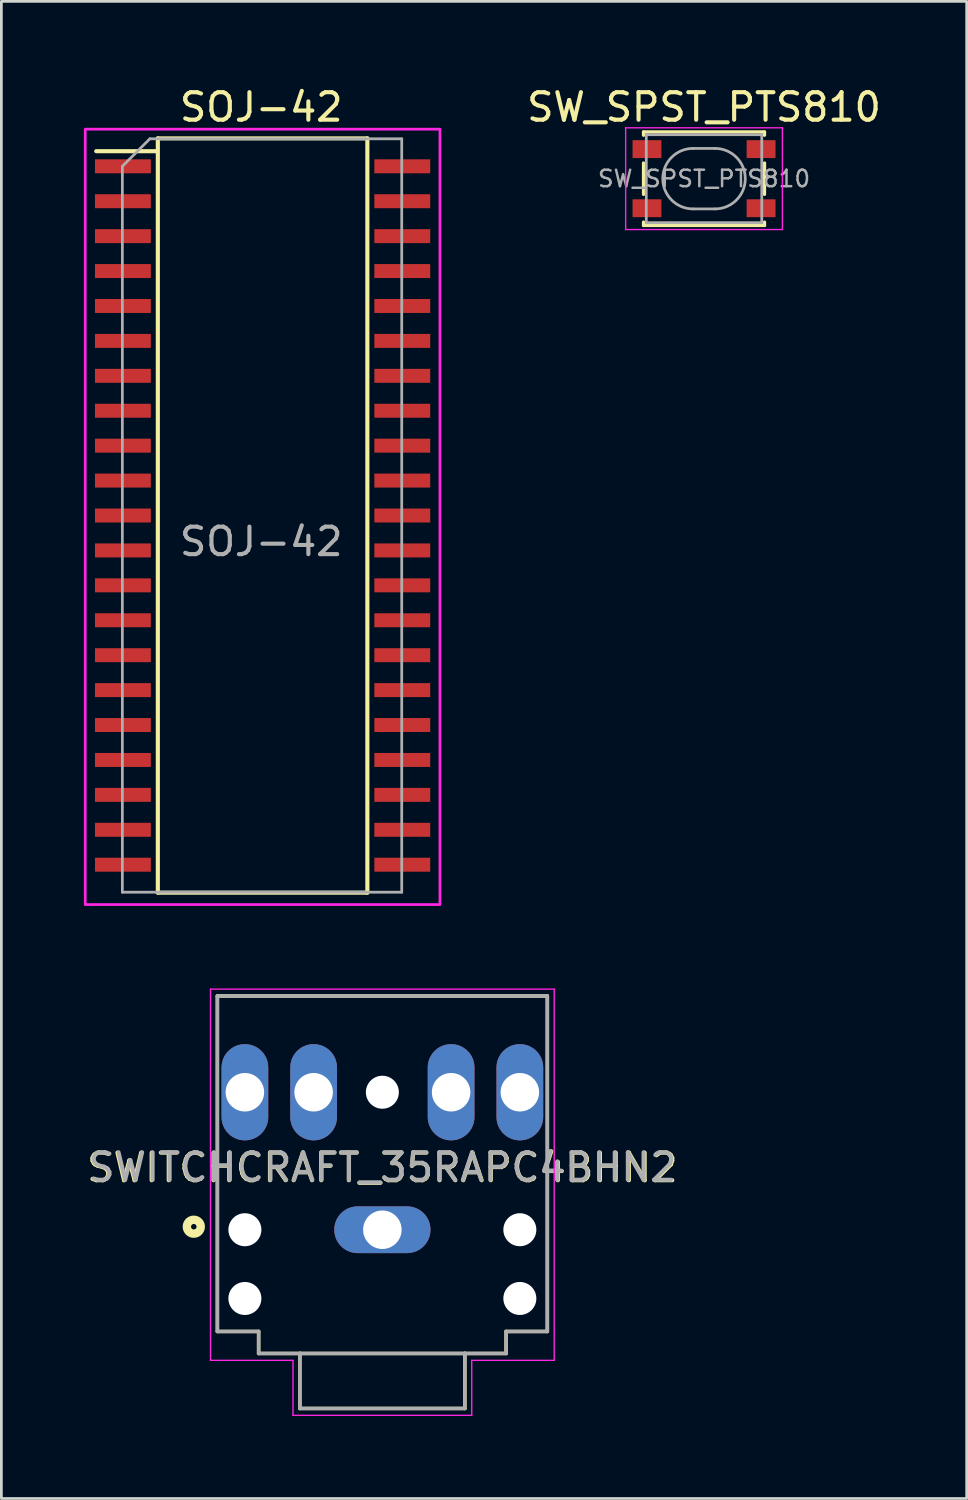
<source format=kicad_pcb>
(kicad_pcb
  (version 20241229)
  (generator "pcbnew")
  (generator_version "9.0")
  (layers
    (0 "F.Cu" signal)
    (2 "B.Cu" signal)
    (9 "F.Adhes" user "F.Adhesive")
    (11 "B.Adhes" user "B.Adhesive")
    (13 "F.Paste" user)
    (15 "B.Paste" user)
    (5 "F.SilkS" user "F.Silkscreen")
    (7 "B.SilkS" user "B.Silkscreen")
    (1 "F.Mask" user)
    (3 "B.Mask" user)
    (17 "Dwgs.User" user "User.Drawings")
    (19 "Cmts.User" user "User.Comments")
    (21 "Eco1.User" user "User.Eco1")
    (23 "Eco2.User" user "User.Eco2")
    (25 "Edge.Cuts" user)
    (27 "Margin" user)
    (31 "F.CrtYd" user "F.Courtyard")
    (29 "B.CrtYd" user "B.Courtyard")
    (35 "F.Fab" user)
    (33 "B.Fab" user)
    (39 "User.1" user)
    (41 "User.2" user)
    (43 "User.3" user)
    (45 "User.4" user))
  (footprint "SW_SPST_PTS810"
    (layer "F.Cu")
    (at 22.554 3.448)
    (property "Reference" "SW_SPST_PTS810" (at 0 -2.6 0) (layer "F.SilkS") (effects (font (size 1 1) (thickness 0.15))))
    (attr smd)
    (fp_line (start -2.2 -1.7) (end -2.2 -1.58) (stroke (width 0.12) (type solid)) (layer "F.SilkS"))
    (fp_line (start -2.2 -0.57) (end -2.2 0.57) (stroke (width 0.12) (type solid)) (layer "F.SilkS"))
    (fp_line (start -2.2 1.58) (end -2.2 1.7) (stroke (width 0.12) (type solid)) (layer "F.SilkS"))
    (fp_line (start -2.2 1.7) (end 2.2 1.7) (stroke (width 0.12) (type solid)) (layer "F.SilkS"))
    (fp_line (start 2.2 -1.7) (end -2.2 -1.7) (stroke (width 0.12) (type solid)) (layer "F.SilkS"))
    (fp_line (start 2.2 -1.58) (end 2.2 -1.7) (stroke (width 0.12) (type solid)) (layer "F.SilkS"))
    (fp_line (start 2.2 0.57) (end 2.2 -0.57) (stroke (width 0.12) (type solid)) (layer "F.SilkS"))
    (fp_line (start 2.2 1.7) (end 2.2 1.58) (stroke (width 0.12) (type solid)) (layer "F.SilkS"))
    (fp_line (start -2.85 -1.85) (end 2.85 -1.85) (stroke (width 0.05) (type solid)) (layer "F.CrtYd"))
    (fp_line (start -2.85 1.85) (end -2.85 -1.85) (stroke (width 0.05) (type solid)) (layer "F.CrtYd"))
    (fp_line (start 2.85 -1.85) (end 2.85 1.85) (stroke (width 0.05) (type solid)) (layer "F.CrtYd"))
    (fp_line (start 2.85 1.85) (end -2.85 1.85) (stroke (width 0.05) (type solid)) (layer "F.CrtYd"))
    (fp_line (start -2.1 -1.6) (end -2.1 1.6) (stroke (width 0.1) (type solid)) (layer "F.Fab"))
    (fp_line (start -2.1 1.6) (end 2.1 1.6) (stroke (width 0.1) (type solid)) (layer "F.Fab"))
    (fp_line (start -0.4 -1.1) (end 0.4 -1.1) (stroke (width 0.1) (type solid)) (layer "F.Fab"))
    (fp_line (start 0.4 1.1) (end -0.4 1.1) (stroke (width 0.1) (type solid)) (layer "F.Fab"))
    (fp_line (start 2.1 -1.6) (end -2.1 -1.6) (stroke (width 0.1) (type solid)) (layer "F.Fab"))
    (fp_line (start 2.1 1.6) (end 2.1 -1.6) (stroke (width 0.1) (type solid)) (layer "F.Fab"))
    (fp_arc (start -0.4 1.1) (mid -1.5 0) (end -0.4 -1.1) (stroke (width 0.1) (type solid)) (layer "F.Fab"))
    (fp_arc (start 0.4 -1.1) (mid 1.5 0) (end 0.4 1.1) (stroke (width 0.1) (type solid)) (layer "F.Fab"))
    (fp_text user "${REFERENCE}" (at 0 0 0) (layer "F.Fab") (effects (font (size 0.6 0.6) (thickness 0.09))))
    (pad "1" smd rect (at -2.075 -1.075) (size 1.05 0.65) (layers "F.Cu" "F.Mask" "F.Paste"))
    (pad "1" smd rect (at 2.075 -1.075) (size 1.05 0.65) (layers "F.Cu" "F.Mask" "F.Paste"))
    (pad "2" smd rect (at -2.075 1.075) (size 1.05 0.65) (layers "F.Cu" "F.Mask" "F.Paste"))
    (pad "2" smd rect (at 2.075 1.075) (size 1.05 0.65) (layers "F.Cu" "F.Mask" "F.Paste")))
  (footprint "SOJ-42"
    (layer "F.Cu")
    (at 6.45 16.648)
    (property "Reference" "SOJ-42" (at 0 -15.8 0) (layer "F.SilkS") (effects (font (size 1 1) (thickness 0.15))))
    (attr smd)
    (fp_line (start -3.8 -14.2) (end -6 -14.2) (stroke (width 0.15) (type solid)) (layer "F.SilkS"))
    (fp_line (start -3.76 -14.666) (end 3.86 -14.666) (stroke (width 0.15) (type solid)) (layer "F.SilkS"))
    (fp_line (start -3.76 12.766) (end -3.76 -14.666) (stroke (width 0.15) (type solid)) (layer "F.SilkS"))
    (fp_line (start -3.76 12.766) (end 3.86 12.766) (stroke (width 0.15) (type solid)) (layer "F.SilkS"))
    (fp_line (start 3.86 -14.666) (end 3.86 12.766) (stroke (width 0.15) (type solid)) (layer "F.SilkS"))
    (fp_rect (start -6.4 -15) (end 6.5 13.2) (stroke (width 0.1) (type solid)) (fill no) (layer "F.CrtYd"))
    (fp_line (start -5.05 -13.65) (end -4.05 -14.65) (stroke (width 0.1) (type solid)) (layer "F.Fab"))
    (fp_line (start -5.05 12.75) (end -5.05 -13.65) (stroke (width 0.1) (type solid)) (layer "F.Fab"))
    (fp_line (start -4.05 -14.65) (end 5.11 -14.65) (stroke (width 0.1) (type solid)) (layer "F.Fab"))
    (fp_line (start 5.11 -14.65) (end 5.11 12.75) (stroke (width 0.1) (type solid)) (layer "F.Fab"))
    (fp_line (start 5.11 12.75) (end -5.05 12.75) (stroke (width 0.1) (type solid)) (layer "F.Fab"))
    (fp_text user "${REFERENCE}" (at 0 0 0) (layer "F.Fab") (effects (font (size 1 1) (thickness 0.15))))
    (pad "1" smd rect (at -5.03 -13.65 270) (size 0.508 2.032) (layers "F.Cu" "F.Mask" "F.Paste"))
    (pad "2" smd rect (at -5.03 -12.38 270) (size 0.508 2.032) (layers "F.Cu" "F.Mask" "F.Paste"))
    (pad "3" smd rect (at -5.03 -11.11 270) (size 0.508 2.032) (layers "F.Cu" "F.Mask" "F.Paste"))
    (pad "4" smd rect (at -5.03 -9.84 270) (size 0.508 2.032) (layers "F.Cu" "F.Mask" "F.Paste"))
    (pad "5" smd rect (at -5.03 -8.57 270) (size 0.508 2.032) (layers "F.Cu" "F.Mask" "F.Paste"))
    (pad "6" smd rect (at -5.03 -7.3 270) (size 0.508 2.032) (layers "F.Cu" "F.Mask" "F.Paste"))
    (pad "7" smd rect (at -5.03 -6.03 270) (size 0.508 2.032) (layers "F.Cu" "F.Mask" "F.Paste"))
    (pad "8" smd rect (at -5.03 -4.76 270) (size 0.508 2.032) (layers "F.Cu" "F.Mask" "F.Paste"))
    (pad "9" smd rect (at -5.03 -3.49 270) (size 0.508 2.032) (layers "F.Cu" "F.Mask" "F.Paste"))
    (pad "10" smd rect (at -5.03 -2.22 270) (size 0.508 2.032) (layers "F.Cu" "F.Mask" "F.Paste"))
    (pad "11" smd rect (at -5.03 -0.95 270) (size 0.508 2.032) (layers "F.Cu" "F.Mask" "F.Paste"))
    (pad "12" smd rect (at -5.03 0.32 270) (size 0.508 2.032) (layers "F.Cu" "F.Mask" "F.Paste"))
    (pad "13" smd rect (at -5.03 1.59 270) (size 0.508 2.032) (layers "F.Cu" "F.Mask" "F.Paste"))
    (pad "14" smd rect (at -5.03 2.86 270) (size 0.508 2.032) (layers "F.Cu" "F.Mask" "F.Paste"))
    (pad "15" smd rect (at -5.03 4.13 270) (size 0.508 2.032) (layers "F.Cu" "F.Mask" "F.Paste"))
    (pad "16" smd rect (at -5.03 5.4 270) (size 0.508 2.032) (layers "F.Cu" "F.Mask" "F.Paste"))
    (pad "17" smd rect (at -5.03 6.67 270) (size 0.508 2.032) (layers "F.Cu" "F.Mask" "F.Paste"))
    (pad "18" smd rect (at -5.03 7.94 270) (size 0.508 2.032) (layers "F.Cu" "F.Mask" "F.Paste"))
    (pad "19" smd rect (at -5.03 9.21 270) (size 0.508 2.032) (layers "F.Cu" "F.Mask" "F.Paste"))
    (pad "20" smd rect (at -5.03 10.48 270) (size 0.508 2.032) (layers "F.Cu" "F.Mask" "F.Paste"))
    (pad "21" smd rect (at -5.03 11.75 270) (size 0.508 2.032) (layers "F.Cu" "F.Mask" "F.Paste"))
    (pad "22" smd rect (at 5.13 11.75 270) (size 0.508 2.032) (layers "F.Cu" "F.Mask" "F.Paste"))
    (pad "23" smd rect (at 5.13 10.48 270) (size 0.508 2.032) (layers "F.Cu" "F.Mask" "F.Paste"))
    (pad "24" smd rect (at 5.13 9.21 270) (size 0.508 2.032) (layers "F.Cu" "F.Mask" "F.Paste"))
    (pad "25" smd rect (at 5.13 7.94 270) (size 0.508 2.032) (layers "F.Cu" "F.Mask" "F.Paste"))
    (pad "26" smd rect (at 5.13 6.67 270) (size 0.508 2.032) (layers "F.Cu" "F.Mask" "F.Paste"))
    (pad "27" smd rect (at 5.13 5.4 270) (size 0.508 2.032) (layers "F.Cu" "F.Mask" "F.Paste"))
    (pad "28" smd rect (at 5.13 4.13 270) (size 0.508 2.032) (layers "F.Cu" "F.Mask" "F.Paste"))
    (pad "29" smd rect (at 5.13 2.86 270) (size 0.508 2.032) (layers "F.Cu" "F.Mask" "F.Paste"))
    (pad "30" smd rect (at 5.13 1.59 270) (size 0.508 2.032) (layers "F.Cu" "F.Mask" "F.Paste"))
    (pad "31" smd rect (at 5.13 0.32 270) (size 0.508 2.032) (layers "F.Cu" "F.Mask" "F.Paste"))
    (pad "32" smd rect (at 5.13 -0.95 270) (size 0.508 2.032) (layers "F.Cu" "F.Mask" "F.Paste"))
    (pad "33" smd rect (at 5.13 -2.22 270) (size 0.508 2.032) (layers "F.Cu" "F.Mask" "F.Paste"))
    (pad "34" smd rect (at 5.13 -3.49 270) (size 0.508 2.032) (layers "F.Cu" "F.Mask" "F.Paste"))
    (pad "35" smd rect (at 5.13 -4.76 270) (size 0.508 2.032) (layers "F.Cu" "F.Mask" "F.Paste"))
    (pad "36" smd rect (at 5.13 -6.03 270) (size 0.508 2.032) (layers "F.Cu" "F.Mask" "F.Paste"))
    (pad "37" smd rect (at 5.13 -7.3 270) (size 0.508 2.032) (layers "F.Cu" "F.Mask" "F.Paste"))
    (pad "38" smd rect (at 5.13 -8.57 270) (size 0.508 2.032) (layers "F.Cu" "F.Mask" "F.Paste"))
    (pad "39" smd rect (at 5.13 -9.84 270) (size 0.508 2.032) (layers "F.Cu" "F.Mask" "F.Paste"))
    (pad "40" smd rect (at 5.13 -11.11 270) (size 0.508 2.032) (layers "F.Cu" "F.Mask" "F.Paste"))
    (pad "41" smd rect (at 5.13 -12.38 270) (size 0.508 2.032) (layers "F.Cu" "F.Mask" "F.Paste"))
    (pad "42" smd rect (at 5.13 -13.65 270) (size 0.508 2.032) (layers "F.Cu" "F.Mask" "F.Paste")))
  (footprint "SWITCHCRAFT_35RAPC4BHN2"
    (layer "F.Cu")
    (at 10.856 40.673)
    (property "Reference" "SWITCHCRAFT_35RAPC4BHN2" (at 0 -1.257 180) (layer "F.SilkS") (effects (font (size 1.004 1.004) (thickness 0.15))))
    (attr through_hole)
    (fp_line (start -6 -7.5) (end 6 -7.5) (stroke (width 0.127) (type solid)) (layer "F.SilkS"))
    (fp_line (start -6 4.7) (end -6 -7.5) (stroke (width 0.127) (type solid)) (layer "F.SilkS"))
    (fp_line (start -4.5 4.7) (end -6 4.7) (stroke (width 0.127) (type solid)) (layer "F.SilkS"))
    (fp_line (start -4.5 5.5) (end -4.5 4.7) (stroke (width 0.127) (type solid)) (layer "F.SilkS"))
    (fp_line (start -4.5 5.5) (end -3 5.5) (stroke (width 0.127) (type solid)) (layer "F.SilkS"))
    (fp_line (start -3 5.5) (end 3 5.5) (stroke (width 0.127) (type solid)) (layer "F.SilkS"))
    (fp_line (start -3 7.5) (end -3 5.5) (stroke (width 0.127) (type solid)) (layer "F.SilkS"))
    (fp_line (start -3 7.5) (end 3 7.5) (stroke (width 0.127) (type solid)) (layer "F.SilkS"))
    (fp_line (start 3 5.5) (end 4.5 5.5) (stroke (width 0.127) (type solid)) (layer "F.SilkS"))
    (fp_line (start 3 7.5) (end 3 5.5) (stroke (width 0.127) (type solid)) (layer "F.SilkS"))
    (fp_line (start 4.5 4.7) (end 4.5 5.5) (stroke (width 0.127) (type solid)) (layer "F.SilkS"))
    (fp_line (start 6 -7.5) (end 6 4.7) (stroke (width 0.127) (type solid)) (layer "F.SilkS"))
    (fp_line (start 6 4.7) (end 4.5 4.7) (stroke (width 0.127) (type solid)) (layer "F.SilkS"))
    (fp_circle (center -6.858 0.89) (end -6.758 0.89) (stroke (width 0.305) (type solid)) (fill no) (layer "F.SilkS"))
    (fp_circle (center -6.858 0.89) (end -6.758 0.89) (stroke (width 0.305) (type solid)) (fill no) (layer "Eco2.User"))
    (fp_line (start -6.25 -7.75) (end 6.25 -7.75) (stroke (width 0.05) (type solid)) (layer "F.CrtYd"))
    (fp_line (start -6.25 5.75) (end -6.25 -7.75) (stroke (width 0.05) (type solid)) (layer "F.CrtYd"))
    (fp_line (start -3.25 5.75) (end -6.25 5.75) (stroke (width 0.05) (type solid)) (layer "F.CrtYd"))
    (fp_line (start -3.25 7.75) (end -3.25 5.75) (stroke (width 0.05) (type solid)) (layer "F.CrtYd"))
    (fp_line (start 3.25 5.75) (end 3.25 7.75) (stroke (width 0.05) (type solid)) (layer "F.CrtYd"))
    (fp_line (start 3.25 7.75) (end -3.25 7.75) (stroke (width 0.05) (type solid)) (layer "F.CrtYd"))
    (fp_line (start 6.25 -7.75) (end 6.25 5.75) (stroke (width 0.05) (type solid)) (layer "F.CrtYd"))
    (fp_line (start 6.25 5.75) (end 3.25 5.75) (stroke (width 0.05) (type solid)) (layer "F.CrtYd"))
    (fp_line (start -6 -7.5) (end 6 -7.5) (stroke (width 0.127) (type solid)) (layer "F.Fab"))
    (fp_line (start -6 4.7) (end -6 -7.5) (stroke (width 0.127) (type solid)) (layer "F.Fab"))
    (fp_line (start -4.5 4.7) (end -6 4.7) (stroke (width 0.127) (type solid)) (layer "F.Fab"))
    (fp_line (start -4.5 5.5) (end -4.5 4.7) (stroke (width 0.127) (type solid)) (layer "F.Fab"))
    (fp_line (start -4.5 5.5) (end -3 5.5) (stroke (width 0.127) (type solid)) (layer "F.Fab"))
    (fp_line (start -3 5.5) (end 3 5.5) (stroke (width 0.127) (type solid)) (layer "F.Fab"))
    (fp_line (start -3 7.5) (end -3 5.5) (stroke (width 0.127) (type solid)) (layer "F.Fab"))
    (fp_line (start -3 7.5) (end 3 7.5) (stroke (width 0.127) (type solid)) (layer "F.Fab"))
    (fp_line (start 3 5.5) (end 4.5 5.5) (stroke (width 0.127) (type solid)) (layer "F.Fab"))
    (fp_line (start 3 7.5) (end 3 5.5) (stroke (width 0.127) (type solid)) (layer "F.Fab"))
    (fp_line (start 4.5 4.7) (end 4.5 5.5) (stroke (width 0.127) (type solid)) (layer "F.Fab"))
    (fp_line (start 6 -7.5) (end 6 4.7) (stroke (width 0.127) (type solid)) (layer "F.Fab"))
    (fp_line (start 6 4.7) (end 4.5 4.7) (stroke (width 0.127) (type solid)) (layer "F.Fab"))
    (fp_text user "${REFERENCE}" (at 0 -1.27 0) (layer "F.Fab") (effects (font (size 1 1) (thickness 0.15))))
    (pad "" np_thru_hole circle (at -5 1) (size 1.2 1.2) (drill 1.2) (layers "*.Cu" "*.Mask"))
    (pad "" np_thru_hole circle (at -5 3.5) (size 1.2 1.2) (drill 1.2) (layers "*.Cu" "*.Mask"))
    (pad "" np_thru_hole circle (at 0 -4) (size 1.2 1.2) (drill 1.2) (layers "*.Cu" "*.Mask"))
    (pad "" np_thru_hole circle (at 5 1) (size 1.2 1.2) (drill 1.2) (layers "*.Cu" "*.Mask"))
    (pad "" np_thru_hole circle (at 5 3.5) (size 1.2 1.2) (drill 1.2) (layers "*.Cu" "*.Mask"))
    (pad "R" thru_hole oval (at 5 -4 90) (size 3.5 1.7) (drill 1.4) (layers "*.Cu" "*.Mask"))
    (pad "RN" thru_hole oval (at 2.5 -4 90) (size 3.5 1.7) (drill 1.4) (layers "*.Cu" "*.Mask"))
    (pad "S" thru_hole oval (at 0 1) (size 3.5 1.7) (drill 1.4) (layers "*.Cu" "*.Mask"))
    (pad "T" thru_hole oval (at -5 -4 90) (size 3.5 1.7) (drill 1.4) (layers "*.Cu" "*.Mask"))
    (pad "TN" thru_hole oval (at -2.5 -4 90) (size 3.5 1.7) (drill 1.4) (layers "*.Cu" "*.Mask")))
  (gr_rect
    (start -3 -3)
    (end 32.107 51.448)
    (stroke (width 0.1) (type default))
    (fill no)
    (layer "Edge.Cuts")))
</source>
